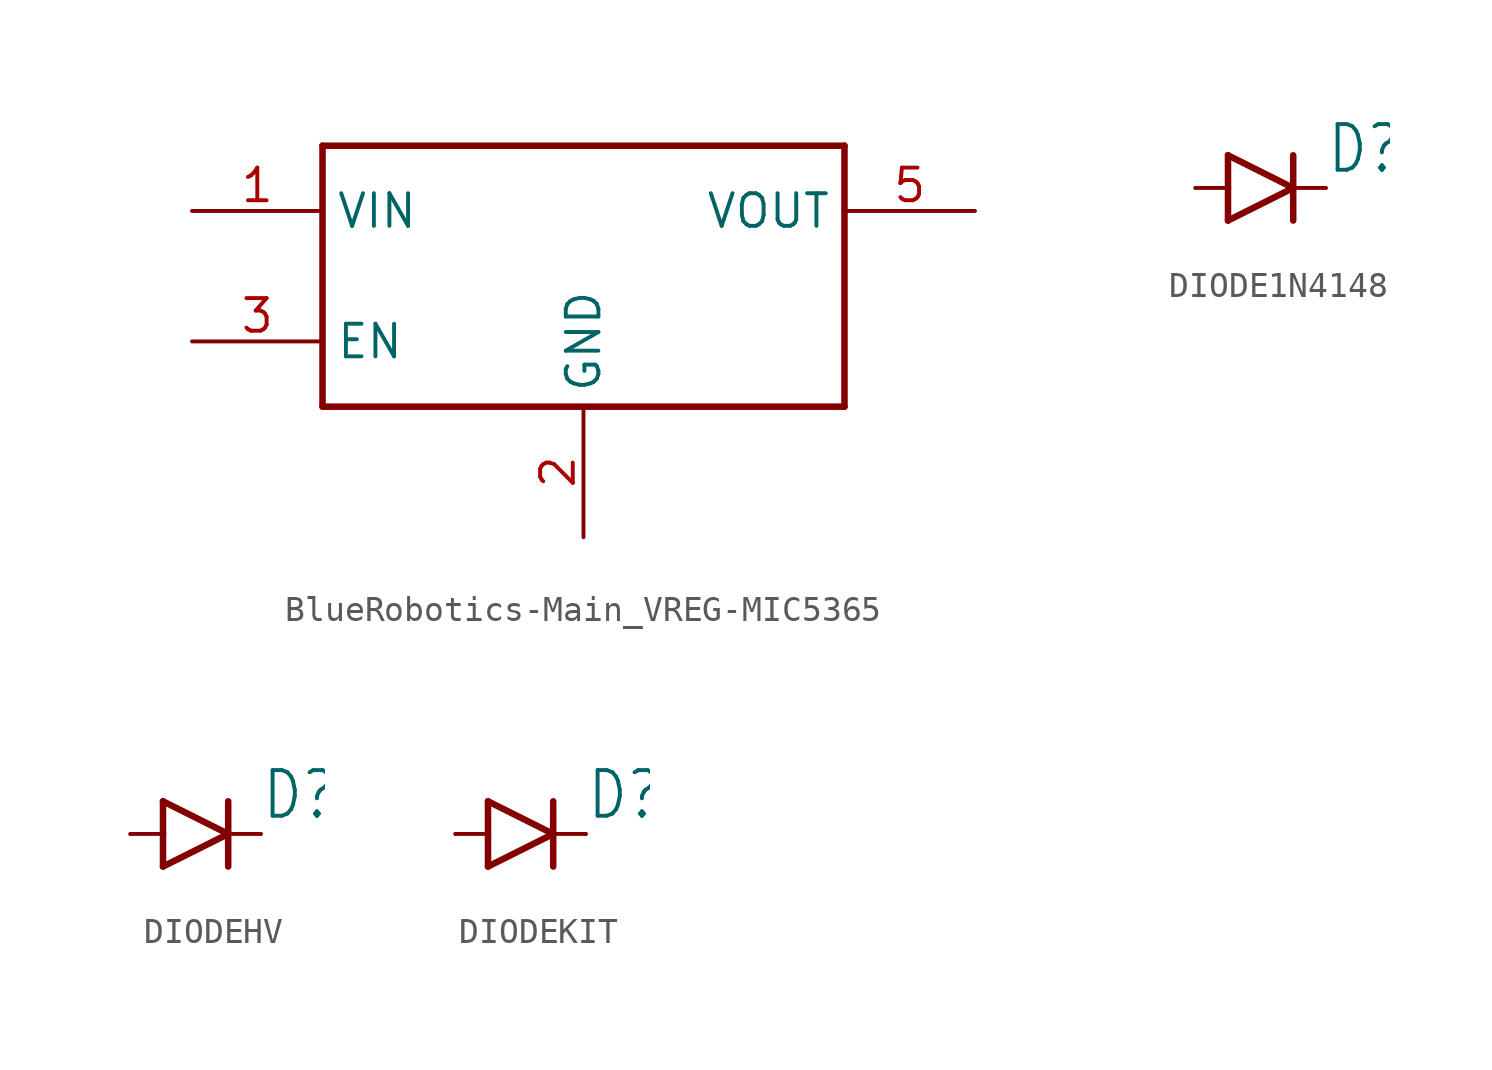
<source format=kicad_sym>
(kicad_symbol_lib
  (version 20231120)
  (generator "kicad_symbol_editor")
  (generator_version "8.0")
  (symbol "BlueRobotics-Main_VREG-MIC5365"
    (property "Reference" ""
      (at 0.254 8.128 0)
      (effects (font (size 1.778 1.511)) (justify left bottom) (hide yes)))
    (property "ki_locked" ""
      (at 0 0 0)
      (effects (font (size 1.27 1.27))))
    (symbol "BlueRobotics-Main_VREG-MIC5365_1_0"
      (polyline (pts (xy 0 -2.54) (xy 20.32 -2.54)) (stroke (width 0.254) (type solid)) (fill (type none)))
      (polyline (pts (xy 0 7.62) (xy 0 -2.54)) (stroke (width 0.254) (type solid)) (fill (type none)))
      (polyline (pts (xy 20.32 -2.54) (xy 20.32 7.62)) (stroke (width 0.254) (type solid)) (fill (type none)))
      (polyline (pts (xy 20.32 7.62) (xy 0 7.62)) (stroke (width 0.254) (type solid)) (fill (type none)))
      (pin bidirectional line (at -5.08 5.08 0) (length 5.08) (name "VIN" (effects (font (size 1.27 1.27)))) (number "1" (effects (font (size 1.27 1.27)))))
      (pin bidirectional line (at 10.16 -7.62 90) (length 5.08) (name "GND" (effects (font (size 1.27 1.27)))) (number "2" (effects (font (size 1.27 1.27)))))
      (pin bidirectional line (at -5.08 0 0) (length 5.08) (name "EN" (effects (font (size 1.27 1.27)))) (number "3" (effects (font (size 1.27 1.27)))))
      (pin bidirectional line (at 25.4 5.08 180) (length 5.08) (name "VOUT" (effects (font (size 1.27 1.27)))) (number "5" (effects (font (size 1.27 1.27)))))))
  (symbol "DIODE1N4148"
    (property "Reference" "D"
      (at 2.54 0.483 0)
      (effects (font (size 1.778 1.511)) (justify left bottom)))
    (property "Value" ""
      (at 2.54 -2.311 0)
      (effects (font (size 1.778 1.511)) (justify left bottom)))
    (property "ki_locked" ""
      (at 0 0 0)
      (effects (font (size 1.27 1.27))))
    (symbol "DIODE1N4148_1_0"
      (polyline (pts (xy -2.54 0) (xy -1.27 0)) (stroke (width 0.152) (type solid)) (fill (type none)))
      (polyline (pts (xy -1.27 -1.27) (xy 1.27 0)) (stroke (width 0.254) (type solid)) (fill (type none)))
      (polyline (pts (xy -1.27 0) (xy -1.27 -1.27)) (stroke (width 0.254) (type solid)) (fill (type none)))
      (polyline (pts (xy -1.27 1.27) (xy -1.27 0)) (stroke (width 0.254) (type solid)) (fill (type none)))
      (polyline (pts (xy 1.27 0) (xy -1.27 1.27)) (stroke (width 0.254) (type solid)) (fill (type none)))
      (polyline (pts (xy 1.27 0) (xy 1.27 -1.27)) (stroke (width 0.254) (type solid)) (fill (type none)))
      (polyline (pts (xy 1.27 1.27) (xy 1.27 0)) (stroke (width 0.254) (type solid)) (fill (type none)))
      (polyline (pts (xy 2.54 0) (xy 1.27 0)) (stroke (width 0.152) (type solid)) (fill (type none)))
      (pin passive line (at -2.54 0 0) (length 0) (name "A" (effects (font (size 0 0)))) (number "A" (effects (font (size 0 0)))))
      (pin passive line (at 2.54 0 180) (length 0) (name "C" (effects (font (size 0 0)))) (number "C" (effects (font (size 0 0)))))))
  (symbol "DIODEHV"
    (property "Reference" "D"
      (at 2.54 0.483 0)
      (effects (font (size 1.778 1.511)) (justify left bottom)))
    (property "Value" ""
      (at 2.54 -2.311 0)
      (effects (font (size 1.778 1.511)) (justify left bottom)))
    (property "ki_locked" ""
      (at 0 0 0)
      (effects (font (size 1.27 1.27))))
    (symbol "DIODEHV_1_0"
      (polyline (pts (xy -2.54 0) (xy -1.27 0)) (stroke (width 0.152) (type solid)) (fill (type none)))
      (polyline (pts (xy -1.27 -1.27) (xy 1.27 0)) (stroke (width 0.254) (type solid)) (fill (type none)))
      (polyline (pts (xy -1.27 0) (xy -1.27 -1.27)) (stroke (width 0.254) (type solid)) (fill (type none)))
      (polyline (pts (xy -1.27 1.27) (xy -1.27 0)) (stroke (width 0.254) (type solid)) (fill (type none)))
      (polyline (pts (xy 1.27 0) (xy -1.27 1.27)) (stroke (width 0.254) (type solid)) (fill (type none)))
      (polyline (pts (xy 1.27 0) (xy 1.27 -1.27)) (stroke (width 0.254) (type solid)) (fill (type none)))
      (polyline (pts (xy 1.27 1.27) (xy 1.27 0)) (stroke (width 0.254) (type solid)) (fill (type none)))
      (polyline (pts (xy 2.54 0) (xy 1.27 0)) (stroke (width 0.152) (type solid)) (fill (type none)))
      (pin passive line (at -2.54 0 0) (length 0) (name "A" (effects (font (size 0 0)))) (number "A" (effects (font (size 0 0)))))
      (pin passive line (at 2.54 0 180) (length 0) (name "C" (effects (font (size 0 0)))) (number "C" (effects (font (size 0 0)))))))
  (symbol "DIODEKIT"
    (property "Reference" "D"
      (at 2.54 0.483 0)
      (effects (font (size 1.778 1.511)) (justify left bottom)))
    (property "Value" ""
      (at 2.54 -2.311 0)
      (effects (font (size 1.778 1.511)) (justify left bottom)))
    (property "ki_locked" ""
      (at 0 0 0)
      (effects (font (size 1.27 1.27))))
    (symbol "DIODEKIT_1_0"
      (polyline (pts (xy -2.54 0) (xy -1.27 0)) (stroke (width 0.152) (type solid)) (fill (type none)))
      (polyline (pts (xy -1.27 -1.27) (xy 1.27 0)) (stroke (width 0.254) (type solid)) (fill (type none)))
      (polyline (pts (xy -1.27 0) (xy -1.27 -1.27)) (stroke (width 0.254) (type solid)) (fill (type none)))
      (polyline (pts (xy -1.27 1.27) (xy -1.27 0)) (stroke (width 0.254) (type solid)) (fill (type none)))
      (polyline (pts (xy 1.27 0) (xy -1.27 1.27)) (stroke (width 0.254) (type solid)) (fill (type none)))
      (polyline (pts (xy 1.27 0) (xy 1.27 -1.27)) (stroke (width 0.254) (type solid)) (fill (type none)))
      (polyline (pts (xy 1.27 1.27) (xy 1.27 0)) (stroke (width 0.254) (type solid)) (fill (type none)))
      (polyline (pts (xy 2.54 0) (xy 1.27 0)) (stroke (width 0.152) (type solid)) (fill (type none)))
      (pin passive line (at -2.54 0 0) (length 0) (name "A" (effects (font (size 0 0)))) (number "A" (effects (font (size 0 0)))))
      (pin passive line (at 2.54 0 180) (length 0) (name "C" (effects (font (size 0 0)))) (number "C" (effects (font (size 0 0))))))))
</source>
